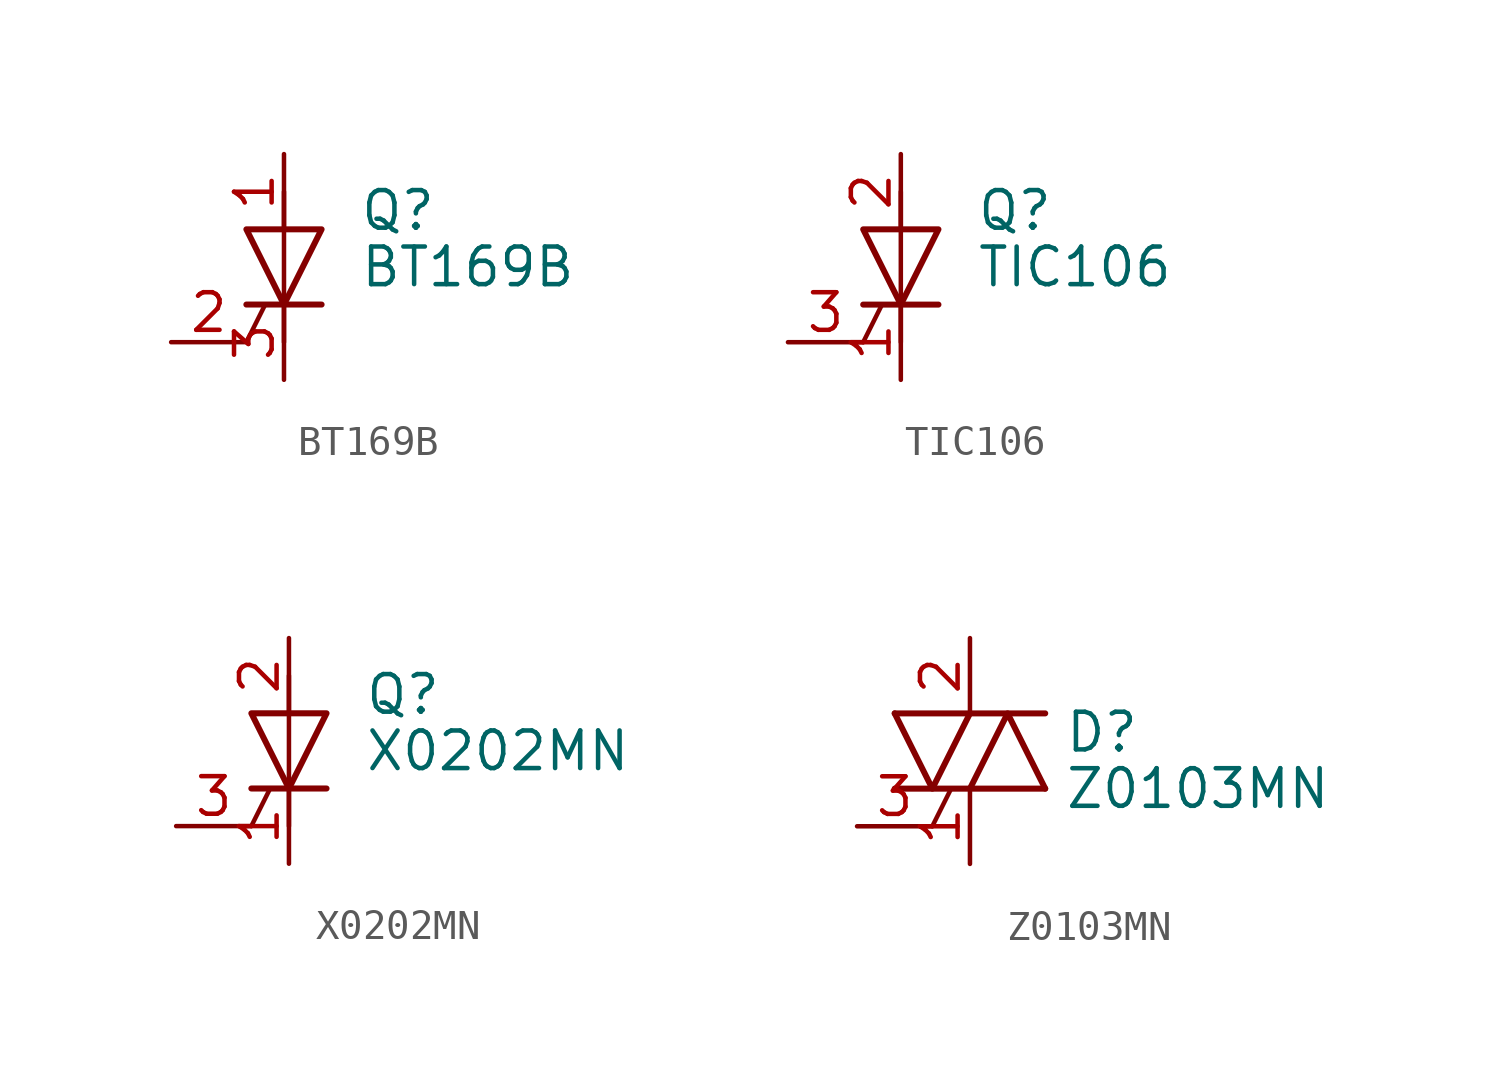
<source format=kicad_sym>
(kicad_symbol_lib
  (version 20211014)
  (generator kicad_symbol_editor)
  (symbol "BT169B"
    (pin_names
      (offset 0) hide)
    (property "Reference" "Q"
      (at 2.54 1.905 0)
      (effects (font (size 1.27 1.27)) (justify left)))
    (property "Value" "BT169B"
      (at 2.54 0 0)
      (effects (font (size 1.27 1.27)) (justify left)))
    (symbol "BT169B_0_1"
      (polyline (pts (xy -1.27 -2.54) (xy -0.635 -1.27)) (stroke (width 0) (type default) (color 0 0 0 0)) (fill (type none)))
      (polyline (pts (xy -1.27 -1.27) (xy 1.27 -1.27)) (stroke (width 0.203) (type default) (color 0 0 0 0)) (fill (type none)))
      (polyline (pts (xy 0 -2.54) (xy 0 2.54)) (stroke (width 0) (type default) (color 0 0 0 0)) (fill (type none)))
      (polyline (pts (xy -1.27 1.27) (xy 1.27 1.27) (xy 0 -1.27) (xy -1.27 1.27)) (stroke (width 0.203) (type default) (color 0 0 0 0)) (fill (type none))))
    (symbol "BT169B_1_1"
      (pin passive line (at 0 3.81 270) (length 2.54) (name "A" (effects (font (size 1.27 1.27)))) (number "1" (effects (font (size 1.27 1.27)))))
      (pin input line (at -3.81 -2.54 0) (length 2.54) (name "G" (effects (font (size 1.27 1.27)))) (number "2" (effects (font (size 1.27 1.27)))))
      (pin passive line (at 0 -3.81 90) (length 2.54) (name "K" (effects (font (size 1.27 1.27)))) (number "3" (effects (font (size 1.27 1.27)))))))
  (symbol "TIC106"
    (pin_names
      (offset 0) hide)
    (property "Reference" "Q"
      (at 2.54 1.905 0)
      (effects (font (size 1.27 1.27)) (justify left)))
    (property "Value" "TIC106"
      (at 2.54 0 0)
      (effects (font (size 1.27 1.27)) (justify left)))
    (symbol "TIC106_0_1"
      (polyline (pts (xy -1.27 -2.54) (xy -0.635 -1.27)) (stroke (width 0) (type default) (color 0 0 0 0)) (fill (type none)))
      (polyline (pts (xy -1.27 -1.27) (xy 1.27 -1.27)) (stroke (width 0.203) (type default) (color 0 0 0 0)) (fill (type none)))
      (polyline (pts (xy 0 -2.54) (xy 0 2.54)) (stroke (width 0) (type default) (color 0 0 0 0)) (fill (type none)))
      (polyline (pts (xy -1.27 1.27) (xy 1.27 1.27) (xy 0 -1.27) (xy -1.27 1.27)) (stroke (width 0.203) (type default) (color 0 0 0 0)) (fill (type none))))
    (symbol "TIC106_1_1"
      (pin passive line (at 0 -3.81 90) (length 2.54) (name "K" (effects (font (size 1.27 1.27)))) (number "1" (effects (font (size 1.27 1.27)))))
      (pin passive line (at 0 3.81 270) (length 2.54) (name "A" (effects (font (size 1.27 1.27)))) (number "2" (effects (font (size 1.27 1.27)))))
      (pin input line (at -3.81 -2.54 0) (length 2.54) (name "G" (effects (font (size 1.27 1.27)))) (number "3" (effects (font (size 1.27 1.27)))))))
  (symbol "X0202MN"
    (pin_names
      (offset 0) hide)
    (property "Reference" "Q"
      (at 2.54 1.905 0)
      (effects (font (size 1.27 1.27)) (justify left)))
    (property "Value" "X0202MN"
      (at 2.54 0 0)
      (effects (font (size 1.27 1.27)) (justify left)))
    (symbol "X0202MN_0_1"
      (polyline (pts (xy -1.27 -2.54) (xy -0.635 -1.27)) (stroke (width 0) (type default) (color 0 0 0 0)) (fill (type none)))
      (polyline (pts (xy -1.27 -1.27) (xy 1.27 -1.27)) (stroke (width 0.203) (type default) (color 0 0 0 0)) (fill (type none)))
      (polyline (pts (xy 0 -2.54) (xy 0 2.54)) (stroke (width 0) (type default) (color 0 0 0 0)) (fill (type none)))
      (polyline (pts (xy -1.27 1.27) (xy 1.27 1.27) (xy 0 -1.27) (xy -1.27 1.27)) (stroke (width 0.203) (type default) (color 0 0 0 0)) (fill (type none))))
    (symbol "X0202MN_1_1"
      (pin passive line (at 0 -3.81 90) (length 2.54) (name "K" (effects (font (size 1.27 1.27)))) (number "1" (effects (font (size 1.27 1.27)))))
      (pin passive line (at 0 3.81 270) (length 2.54) (name "A" (effects (font (size 1.27 1.27)))) (number "2" (effects (font (size 1.27 1.27)))))
      (pin input line (at -3.81 -2.54 0) (length 2.54) (name "G" (effects (font (size 1.27 1.27)))) (number "3" (effects (font (size 1.27 1.27)))))
      (pin passive line (at 0 3.81 270) (length 2.54) hide (name "A" (effects (font (size 1.27 1.27)))) (number "4" (effects (font (size 1.27 1.27)))))))
  (symbol "Z0103MN"
    (pin_names
      (offset 0) hide)
    (property "Reference" "D"
      (at 3.175 0.635 0)
      (effects (font (size 1.27 1.27)) (justify left)))
    (property "Value" "Z0103MN"
      (at 3.175 -1.27 0)
      (effects (font (size 1.27 1.27)) (justify left)))
    (symbol "Z0103MN_0_1"
      (polyline (pts (xy -2.54 -1.27) (xy 2.54 -1.27)) (stroke (width 0.203) (type default) (color 0 0 0 0)) (fill (type none)))
      (polyline (pts (xy -2.54 1.27) (xy 2.54 1.27)) (stroke (width 0.203) (type default) (color 0 0 0 0)) (fill (type none)))
      (polyline (pts (xy -1.27 -2.54) (xy -0.635 -1.27)) (stroke (width 0) (type default) (color 0 0 0 0)) (fill (type none)))
      (polyline (pts (xy -2.54 1.27) (xy -1.27 -1.27) (xy 0 1.27)) (stroke (width 0.203) (type default) (color 0 0 0 0)) (fill (type none)))
      (polyline (pts (xy 0 -1.27) (xy 1.27 1.27) (xy 2.54 -1.27)) (stroke (width 0.203) (type default) (color 0 0 0 0)) (fill (type none))))
    (symbol "Z0103MN_1_1"
      (pin passive line (at 0 -3.81 90) (length 2.54) (name "A1" (effects (font (size 1.27 1.27)))) (number "1" (effects (font (size 1.27 1.27)))))
      (pin passive line (at 0 3.81 270) (length 2.54) (name "A2" (effects (font (size 1.27 1.27)))) (number "2" (effects (font (size 1.27 1.27)))))
      (pin input line (at -3.81 -2.54 0) (length 2.54) (name "G" (effects (font (size 1.27 1.27)))) (number "3" (effects (font (size 1.27 1.27)))))
      (pin passive line (at 0 3.81 270) (length 2.54) hide (name "A4" (effects (font (size 1.27 1.27)))) (number "4" (effects (font (size 1.27 1.27))))))))
</source>
